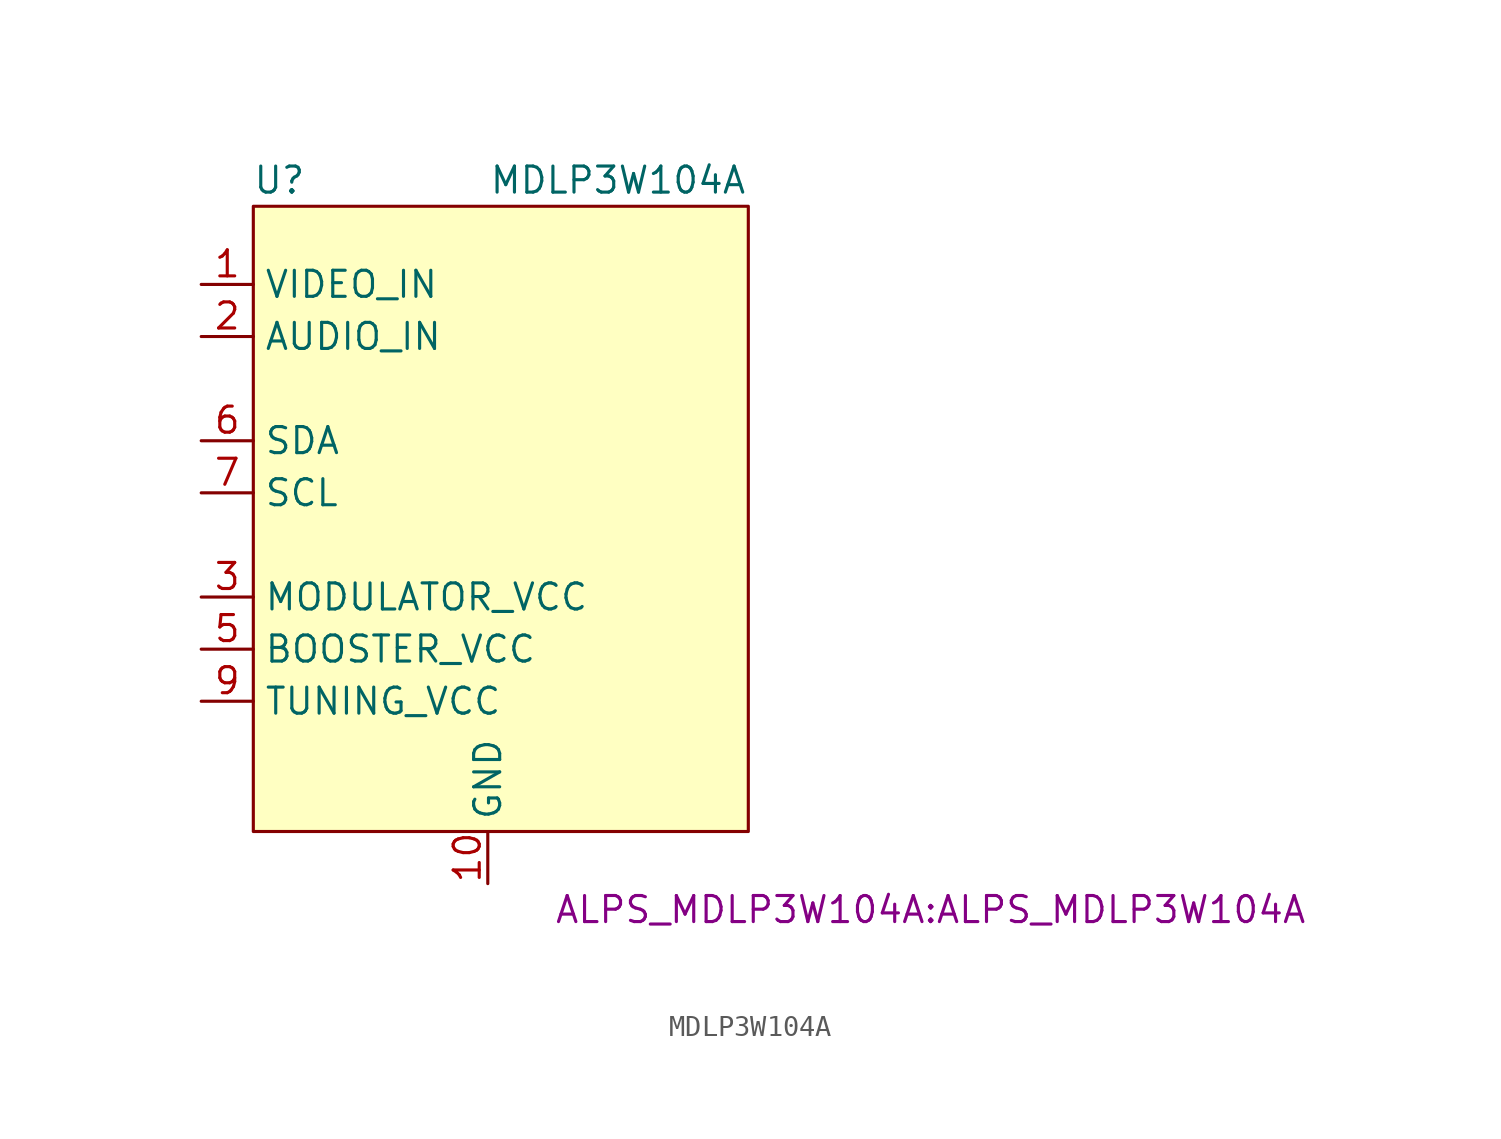
<source format=kicad_sym>
(kicad_symbol_lib
  (version 20211014)
  (generator kicad_symbol_editor)
  (symbol "MDLP3W104A"
    (property "Reference" "U"
      (at -11.43 16.51 0)
      (effects (font (size 1.27 1.27))))
    (property "Value" "MDLP3W104A"
      (at 5.08 16.51 0)
      (effects (font (size 1.27 1.27))))
    (property "Footprint" "ALPS_MDLP3W104A:ALPS_MDLP3W104A"
      (at 20.32 -19.05 0)
      (effects (font (size 1.27 1.27))))
    (symbol "MDLP3W104A_0_0"
      (pin input line (at -15.24 11.43 0) (length 2.54) (name "VIDEO_IN" (effects (font (size 1.27 1.27)))) (number "1" (effects (font (size 1.27 1.27)))))
      (pin power_in line (at -1.27 -17.78 90) (length 2.54) (name "GND" (effects (font (size 1.27 1.27)))) (number "10" (effects (font (size 1.27 1.27)))))
      (pin input line (at -15.24 8.89 0) (length 2.54) (name "AUDIO_IN" (effects (font (size 1.27 1.27)))) (number "2" (effects (font (size 1.27 1.27)))))
      (pin power_in line (at -15.24 -3.81 0) (length 2.54) (name "MODULATOR_VCC" (effects (font (size 1.27 1.27)))) (number "3" (effects (font (size 1.27 1.27)))))
      (pin power_in line (at -15.24 -6.35 0) (length 2.54) (name "BOOSTER_VCC" (effects (font (size 1.27 1.27)))) (number "5" (effects (font (size 1.27 1.27)))))
      (pin open_collector line (at -15.24 3.81 0) (length 2.54) (name "SDA" (effects (font (size 1.27 1.27)))) (number "6" (effects (font (size 1.27 1.27)))))
      (pin open_collector line (at -15.24 1.27 0) (length 2.54) (name "SCL" (effects (font (size 1.27 1.27)))) (number "7" (effects (font (size 1.27 1.27)))))
      (pin power_in line (at -15.24 -8.89 0) (length 2.54) (name "TUNING_VCC" (effects (font (size 1.27 1.27)))) (number "9" (effects (font (size 1.27 1.27))))))
    (symbol "MDLP3W104A_0_1"
      (rectangle (start -12.7 15.24) (end 11.43 -15.24) (stroke (width 0) (type default) (color 0 0 0 0)) (fill (type background))))))
</source>
